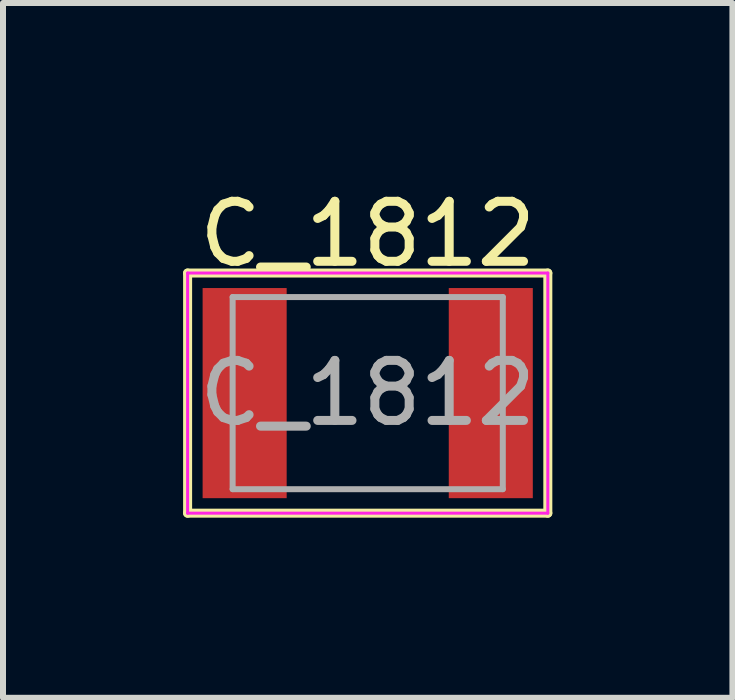
<source format=kicad_pcb>
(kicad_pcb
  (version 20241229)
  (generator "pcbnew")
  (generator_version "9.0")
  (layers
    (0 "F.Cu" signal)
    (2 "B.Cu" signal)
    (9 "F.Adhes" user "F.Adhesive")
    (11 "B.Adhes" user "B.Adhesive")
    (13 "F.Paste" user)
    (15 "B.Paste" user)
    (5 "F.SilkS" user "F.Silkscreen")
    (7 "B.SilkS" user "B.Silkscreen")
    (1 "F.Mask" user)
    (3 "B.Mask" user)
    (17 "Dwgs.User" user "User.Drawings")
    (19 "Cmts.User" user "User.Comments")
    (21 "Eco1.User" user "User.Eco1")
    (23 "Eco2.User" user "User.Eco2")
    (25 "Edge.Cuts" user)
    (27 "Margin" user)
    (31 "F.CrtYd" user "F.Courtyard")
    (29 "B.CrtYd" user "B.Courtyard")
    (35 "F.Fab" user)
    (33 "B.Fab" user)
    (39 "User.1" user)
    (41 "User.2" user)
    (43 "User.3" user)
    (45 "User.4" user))
  (footprint "C_1812"
    (layer "F.Cu")
    (at 3.075 3.498)
    (property "Reference" "C_1812" (at 0 -2.65 0) (layer "F.SilkS") (effects (font (size 1 1) (thickness 0.15))))
    (attr smd)
    (fp_line (start -3 -2) (end 3 -2) (stroke (width 0.15) (type solid)) (layer "F.SilkS"))
    (fp_line (start -3 2) (end -3 -2) (stroke (width 0.15) (type solid)) (layer "F.SilkS"))
    (fp_line (start 3 -2) (end 3 2) (stroke (width 0.15) (type solid)) (layer "F.SilkS"))
    (fp_line (start 3 2) (end -3 2) (stroke (width 0.15) (type solid)) (layer "F.SilkS"))
    (fp_line (start -3 -2) (end 3 -2) (stroke (width 0.05) (type solid)) (layer "F.CrtYd"))
    (fp_line (start -3 2) (end -3 -2) (stroke (width 0.05) (type solid)) (layer "F.CrtYd"))
    (fp_line (start 3 -2) (end 3 2) (stroke (width 0.05) (type solid)) (layer "F.CrtYd"))
    (fp_line (start 3 2) (end -3 2) (stroke (width 0.05) (type solid)) (layer "F.CrtYd"))
    (fp_line (start -2.25 -1.6) (end 2.25 -1.6) (stroke (width 0.1) (type solid)) (layer "F.Fab"))
    (fp_line (start -2.25 1.6) (end -2.25 -1.6) (stroke (width 0.1) (type solid)) (layer "F.Fab"))
    (fp_line (start 2.25 -1.6) (end 2.25 1.6) (stroke (width 0.1) (type solid)) (layer "F.Fab"))
    (fp_line (start 2.25 1.6) (end -2.25 1.6) (stroke (width 0.1) (type solid)) (layer "F.Fab"))
    (fp_text user "${REFERENCE}" (at 0 0 0) (layer "F.Fab") (effects (font (size 1 1) (thickness 0.15))))
    (pad "1" smd rect (at -2.05 0) (size 1.4 3.5) (layers "F.Cu" "F.Mask" "F.Paste"))
    (pad "2" smd rect (at 2.05 0) (size 1.4 3.5) (layers "F.Cu" "F.Mask" "F.Paste")))
  (gr_rect
    (start -3 -3)
    (end 9.15 8.573)
    (stroke (width 0.1) (type default))
    (fill no)
    (layer "Edge.Cuts")))
</source>
